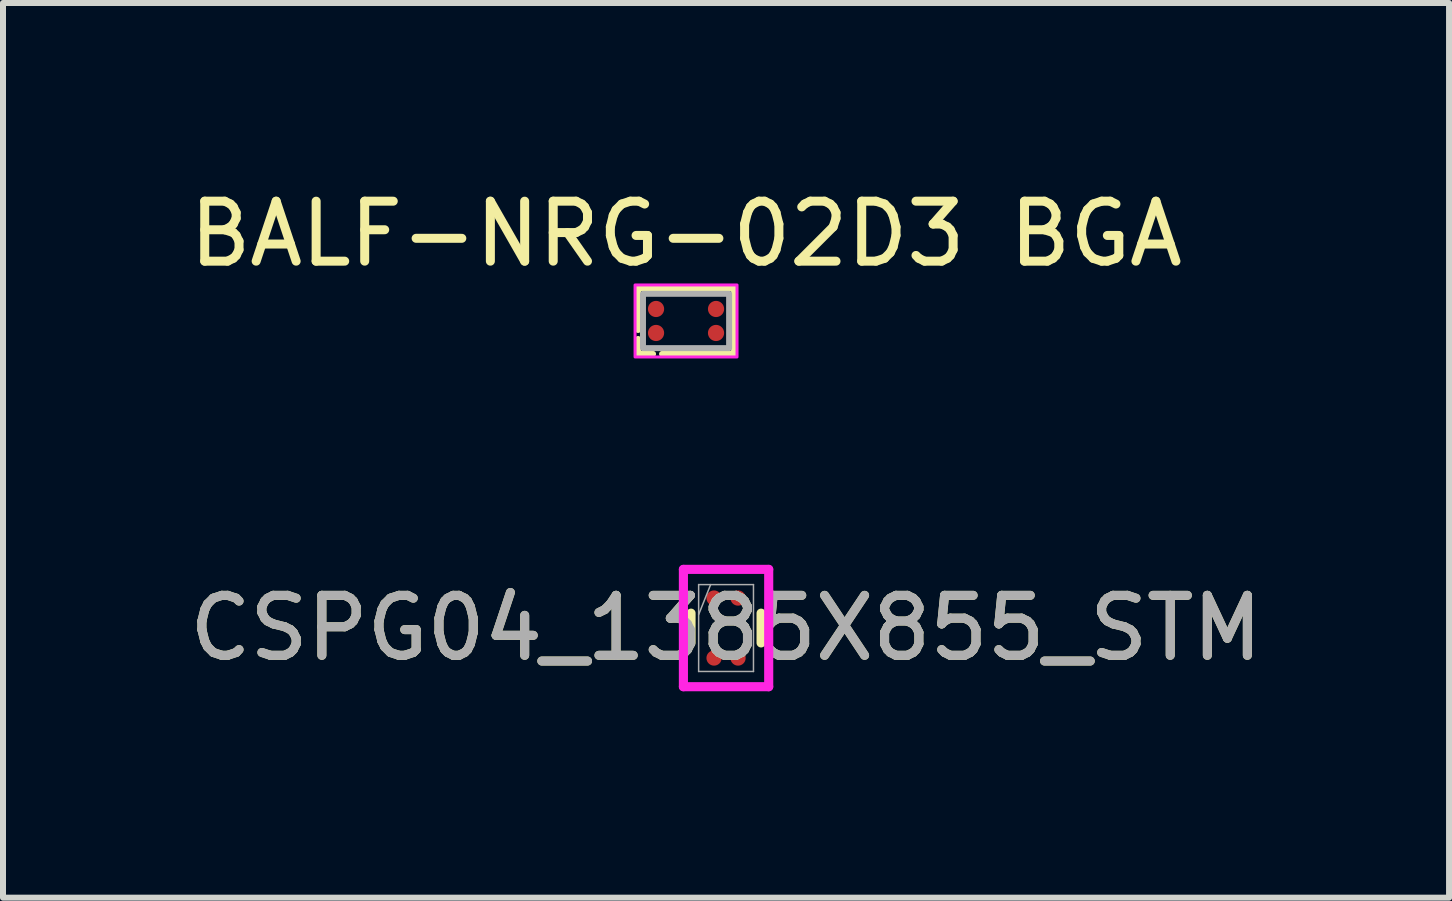
<source format=kicad_pcb>
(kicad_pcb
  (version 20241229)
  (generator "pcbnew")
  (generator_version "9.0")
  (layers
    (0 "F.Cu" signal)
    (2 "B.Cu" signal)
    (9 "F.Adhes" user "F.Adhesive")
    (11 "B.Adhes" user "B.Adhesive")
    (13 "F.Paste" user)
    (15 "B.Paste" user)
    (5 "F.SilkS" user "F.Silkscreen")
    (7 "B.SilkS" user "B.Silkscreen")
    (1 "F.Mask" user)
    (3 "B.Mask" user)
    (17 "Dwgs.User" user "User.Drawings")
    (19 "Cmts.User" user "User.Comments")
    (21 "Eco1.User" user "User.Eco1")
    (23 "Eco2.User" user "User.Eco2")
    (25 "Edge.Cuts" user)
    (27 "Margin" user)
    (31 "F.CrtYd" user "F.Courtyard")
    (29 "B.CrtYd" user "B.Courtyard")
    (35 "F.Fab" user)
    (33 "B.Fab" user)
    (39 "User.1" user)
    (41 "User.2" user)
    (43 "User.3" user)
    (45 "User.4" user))
  (footprint "BALF-NRG-02D3 BGA"
    (layer "F.Cu")
    (at 8.387 2.301)
    (property "Reference" "BALF-NRG-02D3 BGA" (at 0 -1.452 0) (layer "F.SilkS") (effects (font (size 1 1) (thickness 0.15))))
    (attr through_hole)
    (fp_line (start -0.8 0.15) (end -0.8 -0.55) (stroke (width 0.1) (type default)) (layer "F.SilkS"))
    (fp_line (start -0.8 0.3) (end -0.8 0.55) (stroke (width 0.1) (type default)) (layer "F.SilkS"))
    (fp_line (start -0.8 0.55) (end -0.55 0.55) (stroke (width 0.1) (type default)) (layer "F.SilkS"))
    (fp_line (start -0.4 0.55) (end 0.8 0.55) (stroke (width 0.1) (type default)) (layer "F.SilkS"))
    (fp_line (start 0.8 -0.55) (end -0.8 -0.55) (stroke (width 0.1) (type default)) (layer "F.SilkS"))
    (fp_line (start 0.8 0.55) (end 0.8 -0.55) (stroke (width 0.1) (type default)) (layer "F.SilkS"))
    (fp_rect (start -0.85 -0.6) (end 0.85 0.6) (stroke (width 0.05) (type default)) (fill no) (layer "F.CrtYd"))
    (fp_rect (start -0.718 -0.453) (end 0.718 0.453) (stroke (width 0.1) (type default)) (fill no) (layer "F.Fab"))
    (pad "A1" smd circle (at -0.5 0.2) (size 0.27 0.27) (property pad_prop_bga) (layers "F.Cu" "F.Mask" "F.Paste"))
    (pad "A2" smd circle (at -0.5 -0.2) (size 0.27 0.27) (property pad_prop_bga) (layers "F.Cu" "F.Mask" "F.Paste"))
    (pad "B1" smd circle (at 0.5 0.2) (size 0.27 0.27) (property pad_prop_bga) (layers "F.Cu" "F.Mask" "F.Paste"))
    (pad "B2" smd circle (at 0.5 -0.2) (size 0.27 0.27) (property pad_prop_bga) (layers "F.Cu" "F.Mask" "F.Paste")))
  (footprint "CSPG04_1385X855_STM"
    (layer "F.Cu")
    (at 9.054 7.42)
    (property "Reference" "CSPG04_1385X855_STM" (at 0 0 0) (unlocked yes) (layer "F.SilkS") (effects (font (size 1 1) (thickness 0.15))))
    (attr smd)
    (fp_line (start -0.584 -0.248) (end -0.584 0.248) (stroke (width 0.152) (type solid)) (layer "F.SilkS"))
    (fp_line (start 0.584 0.248) (end 0.584 -0.248) (stroke (width 0.152) (type solid)) (layer "F.SilkS"))
    (fp_poly (pts (xy -0.845 -1.444) (xy 0.845 -1.444) (xy 0.845 1.444) (xy -0.845 1.444)) (stroke (width 0.1) (type solid)) (fill no) (layer "Eco2.User"))
    (fp_line (start -0.711 -0.978) (end 0.711 -0.978) (stroke (width 0.152) (type solid)) (layer "F.CrtYd"))
    (fp_line (start -0.711 0.978) (end -0.711 -0.978) (stroke (width 0.152) (type solid)) (layer "F.CrtYd"))
    (fp_line (start 0.711 -0.978) (end 0.711 0.978) (stroke (width 0.152) (type solid)) (layer "F.CrtYd"))
    (fp_line (start 0.711 0.978) (end -0.711 0.978) (stroke (width 0.152) (type solid)) (layer "F.CrtYd"))
    (fp_line (start -0.457 -0.724) (end -0.457 0.724) (stroke (width 0.025) (type solid)) (layer "F.Fab"))
    (fp_line (start -0.457 0.724) (end 0.457 0.724) (stroke (width 0.025) (type solid)) (layer "F.Fab"))
    (fp_line (start -0.257 -0.724) (end -0.457 -0.224) (stroke (width 0.025) (type solid)) (layer "F.Fab"))
    (fp_line (start 0.457 -0.724) (end -0.457 -0.724) (stroke (width 0.025) (type solid)) (layer "F.Fab"))
    (fp_line (start 0.457 0.724) (end 0.457 -0.724) (stroke (width 0.025) (type solid)) (layer "F.Fab"))
    (fp_text user "${REFERENCE}" (at 0 0 0) (unlocked yes) (layer "F.Fab") (effects (font (size 1 1) (thickness 0.15))))
    (pad "A1" smd circle (at -0.2 -0.5) (size 0.254 0.254) (layers "F.Cu" "F.Mask" "F.Paste"))
    (pad "A2" smd circle (at 0.2 -0.5) (size 0.254 0.254) (layers "F.Cu" "F.Mask" "F.Paste"))
    (pad "B1" smd circle (at -0.2 0.5) (size 0.254 0.254) (layers "F.Cu" "F.Mask" "F.Paste"))
    (pad "B2" smd circle (at 0.2 0.5) (size 0.254 0.254) (layers "F.Cu" "F.Mask" "F.Paste")))
  (gr_rect
    (start -3 -3)
    (end 21.107 11.915)
    (stroke (width 0.1) (type default))
    (fill no)
    (layer "Edge.Cuts")))
</source>
